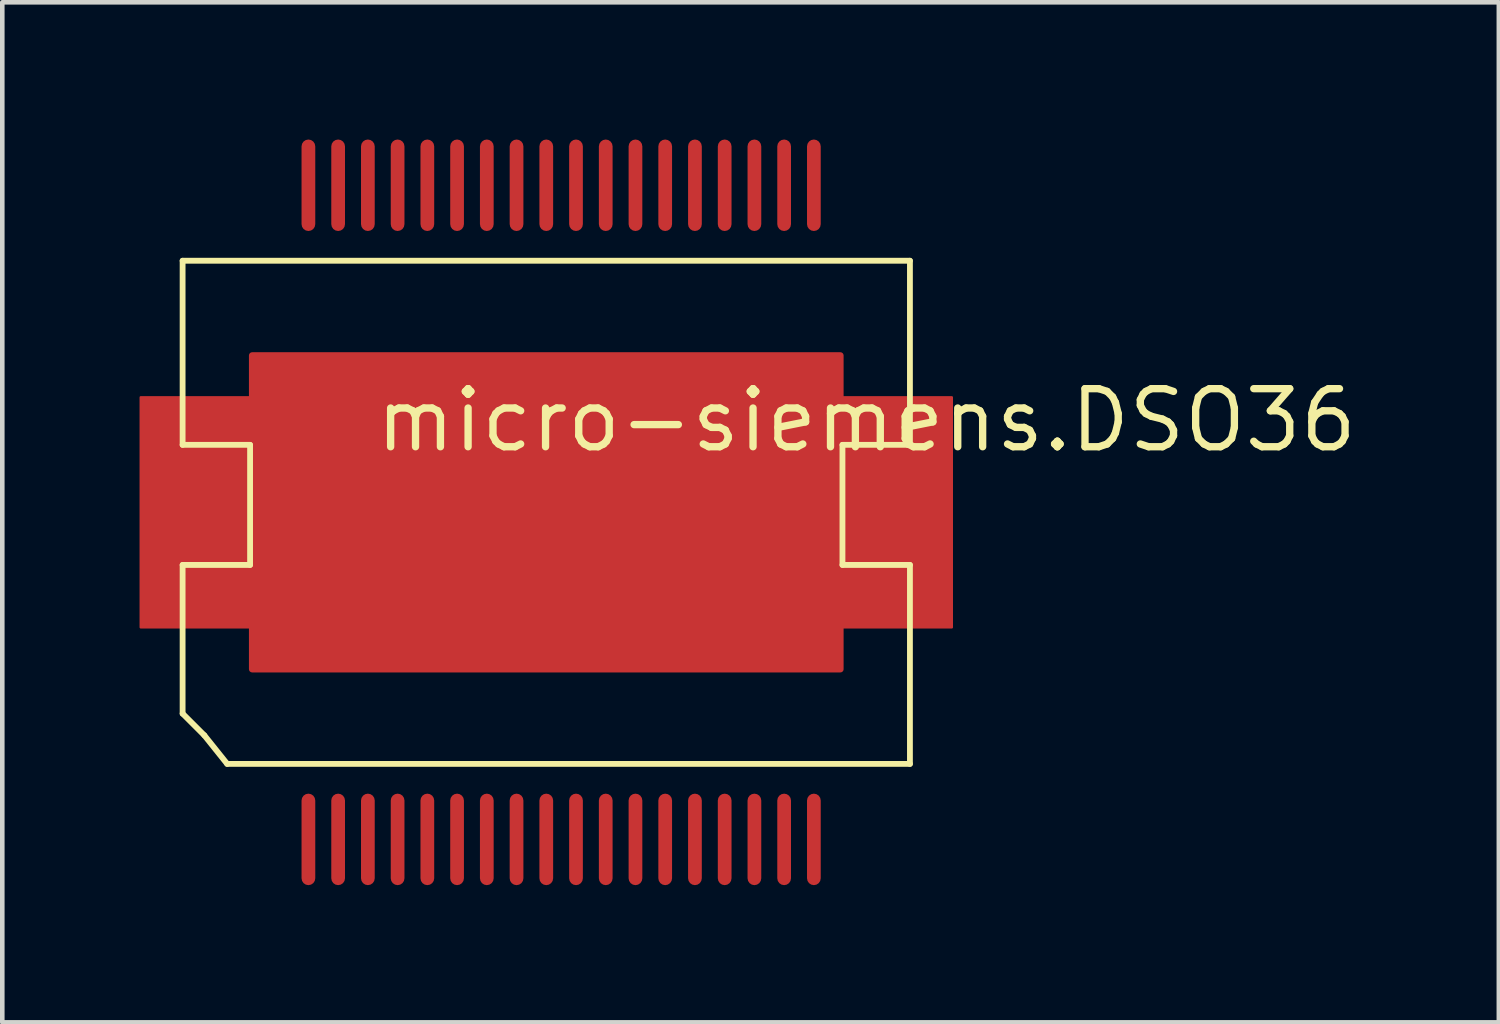
<source format=kicad_pcb>
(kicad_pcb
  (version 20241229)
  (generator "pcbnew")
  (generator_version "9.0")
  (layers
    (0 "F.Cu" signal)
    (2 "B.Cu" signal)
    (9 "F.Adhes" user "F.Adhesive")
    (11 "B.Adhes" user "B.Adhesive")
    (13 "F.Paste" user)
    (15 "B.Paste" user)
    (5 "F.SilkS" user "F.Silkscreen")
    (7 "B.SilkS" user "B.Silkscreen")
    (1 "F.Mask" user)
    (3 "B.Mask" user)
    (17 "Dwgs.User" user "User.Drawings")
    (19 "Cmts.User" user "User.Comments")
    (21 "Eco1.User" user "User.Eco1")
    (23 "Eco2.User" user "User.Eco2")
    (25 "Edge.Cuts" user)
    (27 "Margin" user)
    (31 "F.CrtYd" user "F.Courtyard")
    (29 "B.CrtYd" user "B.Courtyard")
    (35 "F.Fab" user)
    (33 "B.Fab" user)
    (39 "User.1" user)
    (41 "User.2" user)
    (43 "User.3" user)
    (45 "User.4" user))
  (footprint "micro-siemens.DSO36"
    (layer "F.Cu")
    (at 8.892 8.15)
    (property "Reference" "micro-siemens.DSO36" (at -3.81 -1.27 0) (layer "F.SilkS") (effects (font (size 1.27 1.27) (thickness 0.16)) (justify left bottom)))
    (attr smd)
    (fp_line (start -7.95 -5.5) (end -7.95 -1.475) (stroke (width 0.127) (type default)) (layer "F.SilkS"))
    (fp_line (start -7.95 -1.475) (end -6.475 -1.475) (stroke (width 0.127) (type default)) (layer "F.SilkS"))
    (fp_line (start -7.95 1.15) (end -7.95 4.4) (stroke (width 0.127) (type default)) (layer "F.SilkS"))
    (fp_line (start -7.95 4.4) (end -7.475 4.875) (stroke (width 0.127) (type default)) (layer "F.SilkS"))
    (fp_line (start -7.475 4.875) (end -6.975 5.5) (stroke (width 0.127) (type default)) (layer "F.SilkS"))
    (fp_line (start -6.975 5.5) (end 7.95 5.5) (stroke (width 0.127) (type default)) (layer "F.SilkS"))
    (fp_line (start -6.475 -1.475) (end -6.475 1.15) (stroke (width 0.127) (type default)) (layer "F.SilkS"))
    (fp_line (start -6.475 1.15) (end -7.95 1.15) (stroke (width 0.127) (type default)) (layer "F.SilkS"))
    (fp_line (start 6.475 -1.475) (end 7.95 -1.475) (stroke (width 0.127) (type default)) (layer "F.SilkS"))
    (fp_line (start 6.475 1.15) (end 6.475 -1.475) (stroke (width 0.127) (type default)) (layer "F.SilkS"))
    (fp_line (start 7.95 -5.5) (end -7.95 -5.5) (stroke (width 0.127) (type default)) (layer "F.SilkS"))
    (fp_line (start 7.95 -1.475) (end 7.95 -5.5) (stroke (width 0.127) (type default)) (layer "F.SilkS"))
    (fp_line (start 7.95 1.15) (end 6.475 1.15) (stroke (width 0.127) (type default)) (layer "F.SilkS"))
    (fp_line (start 7.95 5.5) (end 7.95 1.15) (stroke (width 0.127) (type default)) (layer "F.SilkS"))
    (pad "1" smd roundrect (at -5.2 7.15) (size 0.3 2) (layers "F.Cu" "F.Mask" "F.Paste") (roundrect_rratio 0.5))
    (pad "2" smd roundrect (at -4.55 7.15) (size 0.3 2) (layers "F.Cu" "F.Mask" "F.Paste") (roundrect_rratio 0.5))
    (pad "3" smd roundrect (at -3.9 7.15) (size 0.3 2) (layers "F.Cu" "F.Mask" "F.Paste") (roundrect_rratio 0.5))
    (pad "4" smd roundrect (at -3.25 7.15) (size 0.3 2) (layers "F.Cu" "F.Mask" "F.Paste") (roundrect_rratio 0.5))
    (pad "5" smd roundrect (at -2.6 7.15) (size 0.3 2) (layers "F.Cu" "F.Mask" "F.Paste") (roundrect_rratio 0.5))
    (pad "6" smd roundrect (at -1.95 7.15) (size 0.3 2) (layers "F.Cu" "F.Mask" "F.Paste") (roundrect_rratio 0.5))
    (pad "7" smd roundrect (at -1.3 7.15) (size 0.3 2) (layers "F.Cu" "F.Mask" "F.Paste") (roundrect_rratio 0.5))
    (pad "8" smd roundrect (at -0.65 7.15) (size 0.3 2) (layers "F.Cu" "F.Mask" "F.Paste") (roundrect_rratio 0.5))
    (pad "9" smd roundrect (at 0 7.15) (size 0.3 2) (layers "F.Cu" "F.Mask" "F.Paste") (roundrect_rratio 0.5))
    (pad "10" smd roundrect (at 0.65 7.15) (size 0.3 2) (layers "F.Cu" "F.Mask" "F.Paste") (roundrect_rratio 0.5))
    (pad "11" smd roundrect (at 1.3 7.15) (size 0.3 2) (layers "F.Cu" "F.Mask" "F.Paste") (roundrect_rratio 0.5))
    (pad "12" smd roundrect (at 1.95 7.15) (size 0.3 2) (layers "F.Cu" "F.Mask" "F.Paste") (roundrect_rratio 0.5))
    (pad "13" smd roundrect (at 2.6 7.15) (size 0.3 2) (layers "F.Cu" "F.Mask" "F.Paste") (roundrect_rratio 0.5))
    (pad "14" smd roundrect (at 3.25 7.15) (size 0.3 2) (layers "F.Cu" "F.Mask" "F.Paste") (roundrect_rratio 0.5))
    (pad "15" smd roundrect (at 3.9 7.15) (size 0.3 2) (layers "F.Cu" "F.Mask" "F.Paste") (roundrect_rratio 0.5))
    (pad "16" smd roundrect (at 4.55 7.15) (size 0.3 2) (layers "F.Cu" "F.Mask" "F.Paste") (roundrect_rratio 0.5))
    (pad "17" smd roundrect (at 5.2 7.15) (size 0.3 2) (layers "F.Cu" "F.Mask" "F.Paste") (roundrect_rratio 0.5))
    (pad "18" smd roundrect (at 5.85 7.15) (size 0.3 2) (layers "F.Cu" "F.Mask" "F.Paste") (roundrect_rratio 0.5))
    (pad "19" smd roundrect (at 5.85 -7.15) (size 0.3 2) (layers "F.Cu" "F.Mask" "F.Paste") (roundrect_rratio 0.5))
    (pad "20" smd roundrect (at 5.2 -7.15) (size 0.3 2) (layers "F.Cu" "F.Mask" "F.Paste") (roundrect_rratio 0.5))
    (pad "21" smd roundrect (at 4.55 -7.15) (size 0.3 2) (layers "F.Cu" "F.Mask" "F.Paste") (roundrect_rratio 0.5))
    (pad "22" smd roundrect (at 3.9 -7.15) (size 0.3 2) (layers "F.Cu" "F.Mask" "F.Paste") (roundrect_rratio 0.5))
    (pad "23" smd roundrect (at 3.25 -7.15) (size 0.3 2) (layers "F.Cu" "F.Mask" "F.Paste") (roundrect_rratio 0.5))
    (pad "24" smd roundrect (at 2.6 -7.15) (size 0.3 2) (layers "F.Cu" "F.Mask" "F.Paste") (roundrect_rratio 0.5))
    (pad "25" smd roundrect (at 1.95 -7.15) (size 0.3 2) (layers "F.Cu" "F.Mask" "F.Paste") (roundrect_rratio 0.5))
    (pad "26" smd roundrect (at 1.3 -7.15) (size 0.3 2) (layers "F.Cu" "F.Mask" "F.Paste") (roundrect_rratio 0.5))
    (pad "27" smd roundrect (at 0.65 -7.15) (size 0.3 2) (layers "F.Cu" "F.Mask" "F.Paste") (roundrect_rratio 0.5))
    (pad "28" smd roundrect (at 0 -7.15) (size 0.3 2) (layers "F.Cu" "F.Mask" "F.Paste") (roundrect_rratio 0.5))
    (pad "29" smd roundrect (at -0.65 -7.15) (size 0.3 2) (layers "F.Cu" "F.Mask" "F.Paste") (roundrect_rratio 0.5))
    (pad "30" smd roundrect (at -1.3 -7.15) (size 0.3 2) (layers "F.Cu" "F.Mask" "F.Paste") (roundrect_rratio 0.5))
    (pad "31" smd roundrect (at -1.95 -7.15) (size 0.3 2) (layers "F.Cu" "F.Mask" "F.Paste") (roundrect_rratio 0.5))
    (pad "32" smd roundrect (at -2.6 -7.15) (size 0.3 2) (layers "F.Cu" "F.Mask" "F.Paste") (roundrect_rratio 0.5))
    (pad "33" smd roundrect (at -3.25 -7.15) (size 0.3 2) (layers "F.Cu" "F.Mask" "F.Paste") (roundrect_rratio 0.5))
    (pad "34" smd roundrect (at -3.9 -7.15) (size 0.3 2) (layers "F.Cu" "F.Mask" "F.Paste") (roundrect_rratio 0.5))
    (pad "35" smd roundrect (at -4.55 -7.15) (size 0.3 2) (layers "F.Cu" "F.Mask" "F.Paste") (roundrect_rratio 0.5))
    (pad "36" smd roundrect (at -5.2 -7.15) (size 0.3 2) (layers "F.Cu" "F.Mask" "F.Paste") (roundrect_rratio 0.5))
    (pad "TAB" smd roundrect (at 0 0) (size 13 7) (layers "F.Cu" "F.Mask" "F.Paste") (roundrect_rratio 0.01))
    (pad "TAB@1" smd roundrect (at -7.62 0) (size 2.543 5.08) (layers "F.Cu" "F.Mask" "F.Paste") (roundrect_rratio 0.01))
    (pad "TAB@2" smd roundrect (at 7.62 0) (size 2.543 5.08) (layers "F.Cu" "F.Mask" "F.Paste") (roundrect_rratio 0.01)))
  (gr_rect
    (start -3 -3)
    (end 29.716 19.3)
    (stroke (width 0.1) (type default))
    (fill no)
    (layer "Edge.Cuts")))
</source>
